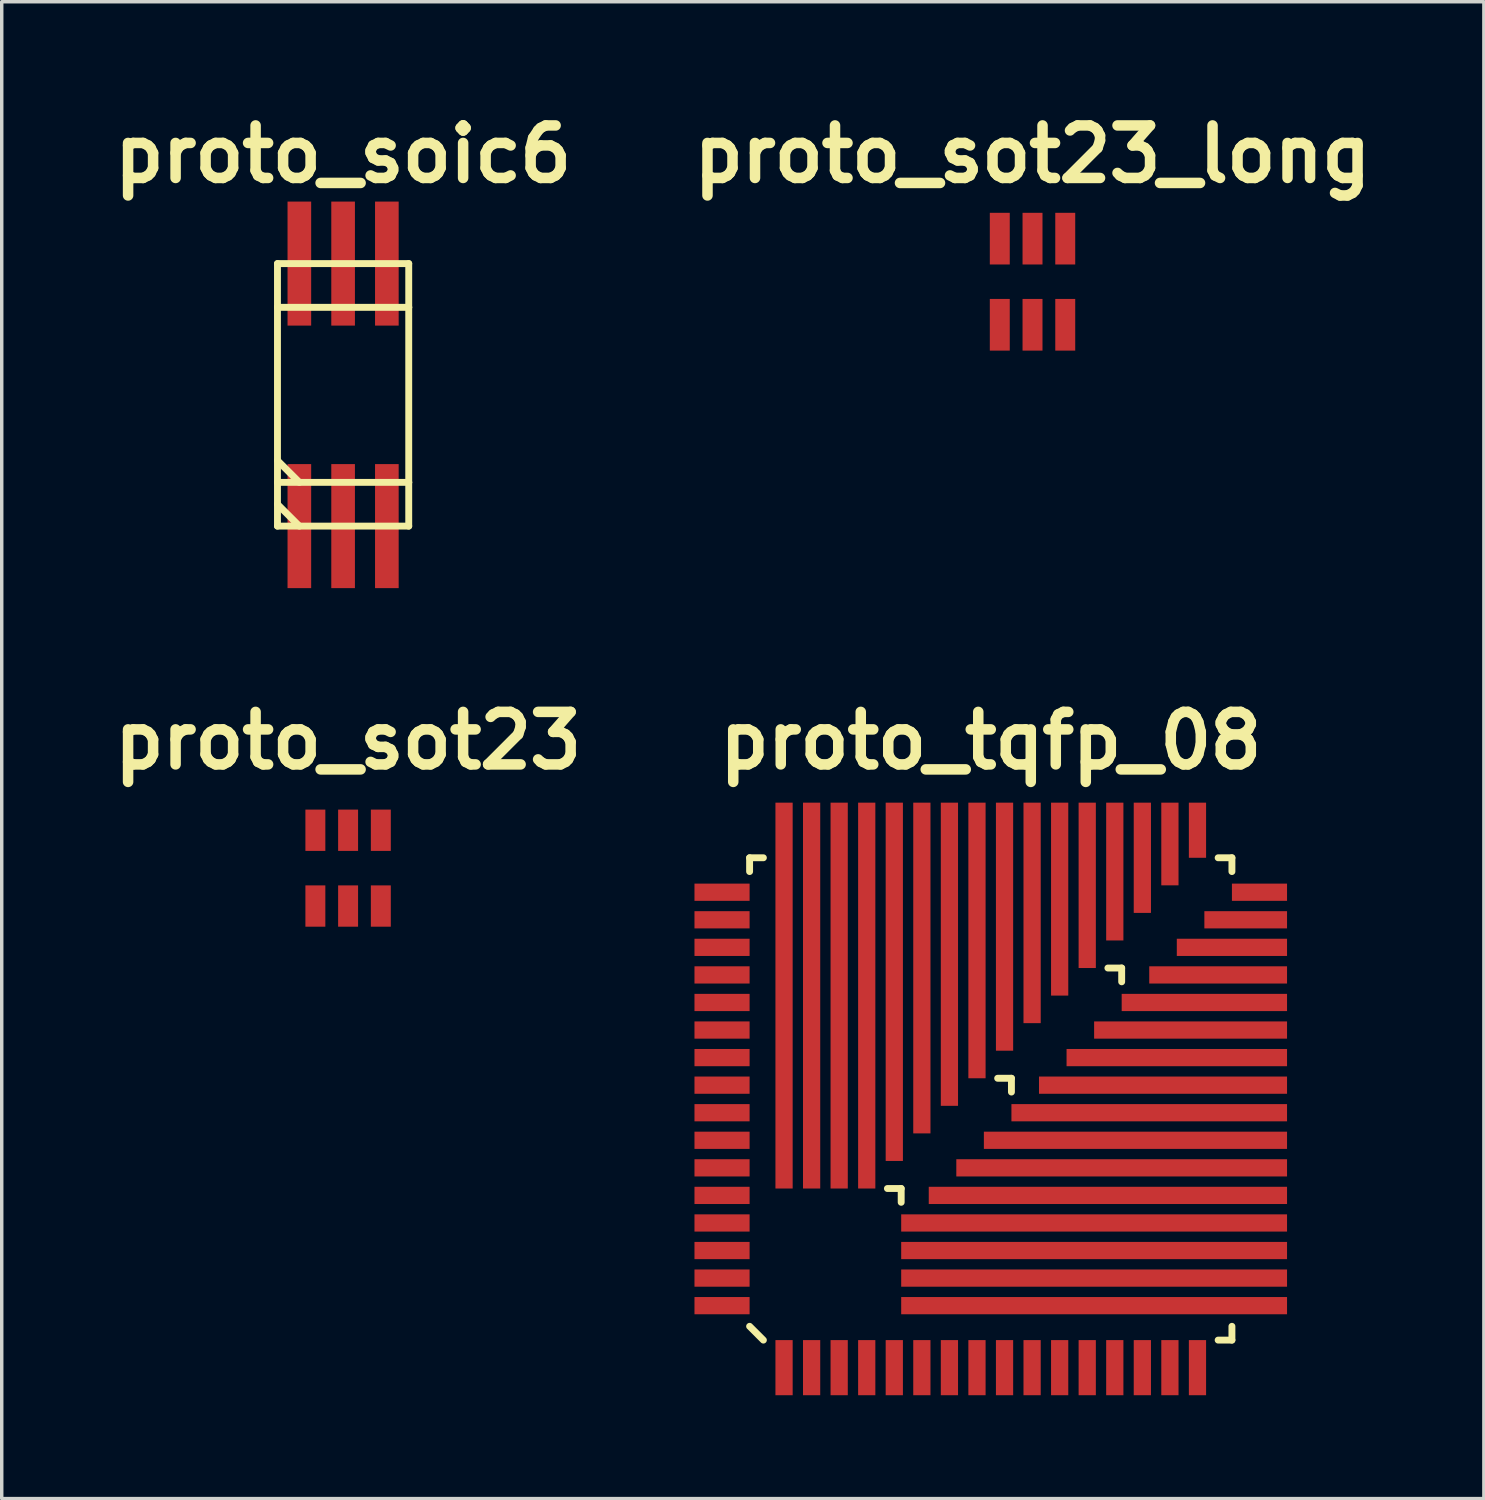
<source format=kicad_pcb>
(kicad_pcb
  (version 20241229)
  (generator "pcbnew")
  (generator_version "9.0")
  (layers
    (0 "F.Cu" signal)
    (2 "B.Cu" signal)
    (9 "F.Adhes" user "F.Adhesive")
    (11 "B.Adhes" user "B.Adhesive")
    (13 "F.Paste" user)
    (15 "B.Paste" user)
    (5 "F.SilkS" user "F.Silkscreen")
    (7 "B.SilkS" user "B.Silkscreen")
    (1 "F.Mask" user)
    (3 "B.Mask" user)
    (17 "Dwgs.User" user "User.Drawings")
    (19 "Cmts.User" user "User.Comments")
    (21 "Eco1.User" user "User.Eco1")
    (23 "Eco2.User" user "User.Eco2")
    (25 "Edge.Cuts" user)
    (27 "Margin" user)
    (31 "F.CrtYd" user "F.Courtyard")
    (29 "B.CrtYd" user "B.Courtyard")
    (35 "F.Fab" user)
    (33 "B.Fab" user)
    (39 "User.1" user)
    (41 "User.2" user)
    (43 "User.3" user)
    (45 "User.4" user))
  (footprint "proto_soic6"
    (layer "F.Cu")
    (at 6.909 8.411)
    (property "Reference" "proto_soic6" (at 0 -6.985 0) (layer "F.SilkS") (effects (font (size 1.524 1.524) (thickness 0.305))))
    (attr through_hole)
    (fp_line (start -1.905 -3.81) (end -1.905 -2.54) (stroke (width 0.2) (type solid)) (layer "F.SilkS"))
    (fp_line (start -1.905 -2.54) (end 1.905 -2.54) (stroke (width 0.2) (type solid)) (layer "F.SilkS"))
    (fp_line (start -1.905 2.54) (end -1.905 -2.54) (stroke (width 0.2) (type solid)) (layer "F.SilkS"))
    (fp_line (start -1.905 2.54) (end -1.905 3.81) (stroke (width 0.2) (type solid)) (layer "F.SilkS"))
    (fp_line (start -1.905 3.81) (end 1.905 3.81) (stroke (width 0.2) (type solid)) (layer "F.SilkS"))
    (fp_line (start -1.27 2.54) (end -1.905 1.905) (stroke (width 0.2) (type solid)) (layer "F.SilkS"))
    (fp_line (start -1.27 3.81) (end -1.905 3.175) (stroke (width 0.2) (type solid)) (layer "F.SilkS"))
    (fp_line (start 1.905 -3.81) (end -1.905 -3.81) (stroke (width 0.2) (type solid)) (layer "F.SilkS"))
    (fp_line (start 1.905 -2.54) (end 1.905 -3.81) (stroke (width 0.2) (type solid)) (layer "F.SilkS"))
    (fp_line (start 1.905 -2.54) (end 1.905 2.54) (stroke (width 0.2) (type solid)) (layer "F.SilkS"))
    (fp_line (start 1.905 2.54) (end -1.905 2.54) (stroke (width 0.2) (type solid)) (layer "F.SilkS"))
    (fp_line (start 1.905 3.81) (end 1.905 2.54) (stroke (width 0.2) (type solid)) (layer "F.SilkS"))
    (pad "1" smd rect (at -1.27 3.81) (size 0.686 3.6) (layers "F.Cu" "F.Mask" "F.Paste"))
    (pad "2" smd rect (at 0 3.81) (size 0.686 3.6) (layers "F.Cu" "F.Mask" "F.Paste"))
    (pad "3" smd rect (at 1.27 3.81) (size 0.686 3.6) (layers "F.Cu" "F.Mask" "F.Paste"))
    (pad "4" smd rect (at 1.27 -3.81) (size 0.686 3.6) (layers "F.Cu" "F.Mask" "F.Paste"))
    (pad "5" smd rect (at 0 -3.81) (size 0.686 3.6) (layers "F.Cu" "F.Mask" "F.Paste"))
    (pad "6" smd rect (at -1.27 -3.81) (size 0.686 3.6) (layers "F.Cu" "F.Mask" "F.Paste")))
  (footprint "proto_sot23_long"
    (layer "F.Cu")
    (at 26.92 5.127)
    (property "Reference" "proto_sot23_long" (at 0 -3.701 0) (layer "F.SilkS") (effects (font (size 1.524 1.524) (thickness 0.305))))
    (attr through_hole)
    (pad "1" smd rect (at -0.95 1.25) (size 0.579 1.5) (layers "F.Cu" "F.Mask" "F.Paste"))
    (pad "2" smd rect (at 0 1.25) (size 0.579 1.5) (layers "F.Cu" "F.Mask" "F.Paste"))
    (pad "3" smd rect (at 0.95 1.25) (size 0.579 1.5) (layers "F.Cu" "F.Mask" "F.Paste"))
    (pad "4" smd rect (at 0.95 -1.25) (size 0.579 1.5) (layers "F.Cu" "F.Mask" "F.Paste"))
    (pad "5" smd rect (at 0 -1.25) (size 0.579 1.5) (layers "F.Cu" "F.Mask" "F.Paste"))
    (pad "6" smd rect (at -0.95 -1.25) (size 0.579 1.5) (layers "F.Cu" "F.Mask" "F.Paste")))
  (footprint "proto_tqfp_08"
    (layer "F.Cu")
    (at 25.708 28.848)
    (property "Reference" "proto_tqfp_08" (at 0 -10.4 0) (layer "F.SilkS") (effects (font (size 1.524 1.524) (thickness 0.305))))
    (attr through_hole)
    (fp_line (start -7 -7) (end -7 -6.6) (stroke (width 0.2) (type solid)) (layer "F.SilkS"))
    (fp_line (start -6.6 -7) (end -7 -7) (stroke (width 0.2) (type solid)) (layer "F.SilkS"))
    (fp_line (start -6.6 7) (end -7 6.6) (stroke (width 0.2) (type solid)) (layer "F.SilkS"))
    (fp_line (start -3 2.6) (end -2.6 2.6) (stroke (width 0.2) (type solid)) (layer "F.SilkS"))
    (fp_line (start -2.6 2.6) (end -2.6 3) (stroke (width 0.2) (type solid)) (layer "F.SilkS"))
    (fp_line (start 0.2 -0.6) (end 0.6 -0.6) (stroke (width 0.2) (type solid)) (layer "F.SilkS"))
    (fp_line (start 0.6 -0.6) (end 0.6 -0.2) (stroke (width 0.2) (type solid)) (layer "F.SilkS"))
    (fp_line (start 3.8 -3.8) (end 3.4 -3.8) (stroke (width 0.2) (type solid)) (layer "F.SilkS"))
    (fp_line (start 3.8 -3.4) (end 3.8 -3.8) (stroke (width 0.2) (type solid)) (layer "F.SilkS"))
    (fp_line (start 6.6 -7) (end 7 -7) (stroke (width 0.2) (type solid)) (layer "F.SilkS"))
    (fp_line (start 7 -7) (end 7 -6.6) (stroke (width 0.2) (type solid)) (layer "F.SilkS"))
    (fp_line (start 7 6.6) (end 7 7) (stroke (width 0.2) (type solid)) (layer "F.SilkS"))
    (fp_line (start 7 7) (end 6.6 7) (stroke (width 0.2) (type solid)) (layer "F.SilkS"))
    (pad "1" smd rect (at -6 7.8) (size 0.5 1.6) (layers "F.Cu" "F.Mask" "F.Paste"))
    (pad "2" smd rect (at -5.2 7.8) (size 0.5 1.6) (layers "F.Cu" "F.Mask" "F.Paste"))
    (pad "3" smd rect (at -4.4 7.8) (size 0.5 1.6) (layers "F.Cu" "F.Mask" "F.Paste"))
    (pad "4" smd rect (at -3.6 7.8) (size 0.5 1.6) (layers "F.Cu" "F.Mask" "F.Paste"))
    (pad "5" smd rect (at -2.8 7.8) (size 0.5 1.6) (layers "F.Cu" "F.Mask" "F.Paste"))
    (pad "6" smd rect (at -2 7.8) (size 0.5 1.6) (layers "F.Cu" "F.Mask" "F.Paste"))
    (pad "7" smd rect (at -1.2 7.8) (size 0.5 1.6) (layers "F.Cu" "F.Mask" "F.Paste"))
    (pad "8" smd rect (at -0.4 7.8) (size 0.5 1.6) (layers "F.Cu" "F.Mask" "F.Paste"))
    (pad "9" smd rect (at 0.4 7.8) (size 0.5 1.6) (layers "F.Cu" "F.Mask" "F.Paste"))
    (pad "10" smd rect (at 1.2 7.8) (size 0.5 1.6) (layers "F.Cu" "F.Mask" "F.Paste"))
    (pad "11" smd rect (at 2 7.8) (size 0.5 1.6) (layers "F.Cu" "F.Mask" "F.Paste"))
    (pad "12" smd rect (at 2.8 7.8) (size 0.5 1.6) (layers "F.Cu" "F.Mask" "F.Paste"))
    (pad "13" smd rect (at 3.6 7.8) (size 0.5 1.6) (layers "F.Cu" "F.Mask" "F.Paste"))
    (pad "14" smd rect (at 4.4 7.8) (size 0.5 1.6) (layers "F.Cu" "F.Mask" "F.Paste"))
    (pad "15" smd rect (at 5.2 7.8) (size 0.5 1.6) (layers "F.Cu" "F.Mask" "F.Paste"))
    (pad "16" smd rect (at 6 7.8) (size 0.5 1.6) (layers "F.Cu" "F.Mask" "F.Paste"))
    (pad "17" smd rect (at 3 6 90) (size 0.5 11.2) (layers "F.Cu" "F.Mask" "F.Paste"))
    (pad "18" smd rect (at 3 5.2 90) (size 0.5 11.2) (layers "F.Cu" "F.Mask" "F.Paste"))
    (pad "19" smd rect (at 3 4.4 90) (size 0.5 11.2) (layers "F.Cu" "F.Mask" "F.Paste"))
    (pad "20" smd rect (at 3 3.6 90) (size 0.5 11.2) (layers "F.Cu" "F.Mask" "F.Paste"))
    (pad "21" smd rect (at 3.4 2.8 90) (size 0.5 10.4) (layers "F.Cu" "F.Mask" "F.Paste"))
    (pad "22" smd rect (at 3.8 2 90) (size 0.5 9.6) (layers "F.Cu" "F.Mask" "F.Paste"))
    (pad "23" smd rect (at 4.2 1.2 90) (size 0.5 8.8) (layers "F.Cu" "F.Mask" "F.Paste"))
    (pad "24" smd rect (at 4.6 0.4 90) (size 0.5 8) (layers "F.Cu" "F.Mask" "F.Paste"))
    (pad "25" smd rect (at 5 -0.4 90) (size 0.5 7.2) (layers "F.Cu" "F.Mask" "F.Paste"))
    (pad "26" smd rect (at 5.4 -1.2 90) (size 0.5 6.4) (layers "F.Cu" "F.Mask" "F.Paste"))
    (pad "27" smd rect (at 5.8 -2 90) (size 0.5 5.6) (layers "F.Cu" "F.Mask" "F.Paste"))
    (pad "28" smd rect (at 6.2 -2.8 90) (size 0.5 4.8) (layers "F.Cu" "F.Mask" "F.Paste"))
    (pad "29" smd rect (at 6.6 -3.6 90) (size 0.5 4) (layers "F.Cu" "F.Mask" "F.Paste"))
    (pad "30" smd rect (at 7 -4.4 90) (size 0.5 3.2) (layers "F.Cu" "F.Mask" "F.Paste"))
    (pad "31" smd rect (at 7.4 -5.2 90) (size 0.5 2.4) (layers "F.Cu" "F.Mask" "F.Paste"))
    (pad "32" smd rect (at 7.8 -6 90) (size 0.5 1.6) (layers "F.Cu" "F.Mask" "F.Paste"))
    (pad "33" smd rect (at 6 -7.8) (size 0.5 1.6) (layers "F.Cu" "F.Mask" "F.Paste"))
    (pad "34" smd rect (at 5.2 -7.4) (size 0.5 2.4) (layers "F.Cu" "F.Mask" "F.Paste"))
    (pad "35" smd rect (at 4.4 -7) (size 0.5 3.2) (layers "F.Cu" "F.Mask" "F.Paste"))
    (pad "36" smd rect (at 3.6 -6.6) (size 0.5 4) (layers "F.Cu" "F.Mask" "F.Paste"))
    (pad "37" smd rect (at 2.8 -6.2) (size 0.5 4.8) (layers "F.Cu" "F.Mask" "F.Paste"))
    (pad "38" smd rect (at 2 -5.8) (size 0.5 5.6) (layers "F.Cu" "F.Mask" "F.Paste"))
    (pad "39" smd rect (at 1.2 -5.4) (size 0.5 6.4) (layers "F.Cu" "F.Mask" "F.Paste"))
    (pad "40" smd rect (at 0.4 -5) (size 0.5 7.2) (layers "F.Cu" "F.Mask" "F.Paste"))
    (pad "41" smd rect (at -0.4 -4.6) (size 0.5 8) (layers "F.Cu" "F.Mask" "F.Paste"))
    (pad "42" smd rect (at -1.2 -4.2) (size 0.5 8.8) (layers "F.Cu" "F.Mask" "F.Paste"))
    (pad "43" smd rect (at -2 -3.8) (size 0.5 9.6) (layers "F.Cu" "F.Mask" "F.Paste"))
    (pad "44" smd rect (at -2.8 -3.4) (size 0.5 10.4) (layers "F.Cu" "F.Mask" "F.Paste"))
    (pad "45" smd rect (at -3.6 -3) (size 0.5 11.2) (layers "F.Cu" "F.Mask" "F.Paste"))
    (pad "46" smd rect (at -4.4 -3) (size 0.5 11.2) (layers "F.Cu" "F.Mask" "F.Paste"))
    (pad "47" smd rect (at -5.2 -3) (size 0.5 11.2) (layers "F.Cu" "F.Mask" "F.Paste"))
    (pad "48" smd rect (at -6 -3) (size 0.5 11.2) (layers "F.Cu" "F.Mask" "F.Paste"))
    (pad "49" smd rect (at -7.8 -6 270) (size 0.5 1.6) (layers "F.Cu" "F.Mask" "F.Paste"))
    (pad "50" smd rect (at -7.8 -5.2 270) (size 0.5 1.6) (layers "F.Cu" "F.Mask" "F.Paste"))
    (pad "51" smd rect (at -7.8 -4.4 270) (size 0.5 1.6) (layers "F.Cu" "F.Mask" "F.Paste"))
    (pad "52" smd rect (at -7.8 -3.6 270) (size 0.5 1.6) (layers "F.Cu" "F.Mask" "F.Paste"))
    (pad "53" smd rect (at -7.8 -2.8 270) (size 0.5 1.6) (layers "F.Cu" "F.Mask" "F.Paste"))
    (pad "54" smd rect (at -7.8 -2 270) (size 0.5 1.6) (layers "F.Cu" "F.Mask" "F.Paste"))
    (pad "55" smd rect (at -7.8 -1.2 270) (size 0.5 1.6) (layers "F.Cu" "F.Mask" "F.Paste"))
    (pad "56" smd rect (at -7.8 -0.4 270) (size 0.5 1.6) (layers "F.Cu" "F.Mask" "F.Paste"))
    (pad "57" smd rect (at -7.8 0.4 270) (size 0.5 1.6) (layers "F.Cu" "F.Mask" "F.Paste"))
    (pad "58" smd rect (at -7.8 1.2 270) (size 0.5 1.6) (layers "F.Cu" "F.Mask" "F.Paste"))
    (pad "59" smd rect (at -7.8 2 270) (size 0.5 1.6) (layers "F.Cu" "F.Mask" "F.Paste"))
    (pad "60" smd rect (at -7.8 2.8 270) (size 0.5 1.6) (layers "F.Cu" "F.Mask" "F.Paste"))
    (pad "61" smd rect (at -7.8 3.6 270) (size 0.5 1.6) (layers "F.Cu" "F.Mask" "F.Paste"))
    (pad "62" smd rect (at -7.8 4.4 270) (size 0.5 1.6) (layers "F.Cu" "F.Mask" "F.Paste"))
    (pad "63" smd rect (at -7.8 5.2 270) (size 0.5 1.6) (layers "F.Cu" "F.Mask" "F.Paste"))
    (pad "64" smd rect (at -7.8 6 270) (size 0.5 1.6) (layers "F.Cu" "F.Mask" "F.Paste")))
  (footprint "proto_sot23"
    (layer "F.Cu")
    (at 7.054 22.149)
    (property "Reference" "proto_sot23" (at 0 -3.701 0) (layer "F.SilkS") (effects (font (size 1.524 1.524) (thickness 0.305))))
    (attr through_hole)
    (pad "1" smd rect (at -0.95 1.1) (size 0.579 1.199) (layers "F.Cu" "F.Mask" "F.Paste"))
    (pad "2" smd rect (at 0 1.1) (size 0.579 1.199) (layers "F.Cu" "F.Mask" "F.Paste"))
    (pad "3" smd rect (at 0.95 1.1) (size 0.579 1.199) (layers "F.Cu" "F.Mask" "F.Paste"))
    (pad "4" smd rect (at 0.95 -1.1) (size 0.579 1.199) (layers "F.Cu" "F.Mask" "F.Paste"))
    (pad "5" smd rect (at 0 -1.1) (size 0.579 1.199) (layers "F.Cu" "F.Mask" "F.Paste"))
    (pad "6" smd rect (at -0.95 -1.1) (size 0.579 1.199) (layers "F.Cu" "F.Mask" "F.Paste")))
  (gr_rect
    (start -3 -3)
    (end 40.021 40.448)
    (stroke (width 0.1) (type default))
    (fill no)
    (layer "Edge.Cuts")))
</source>
